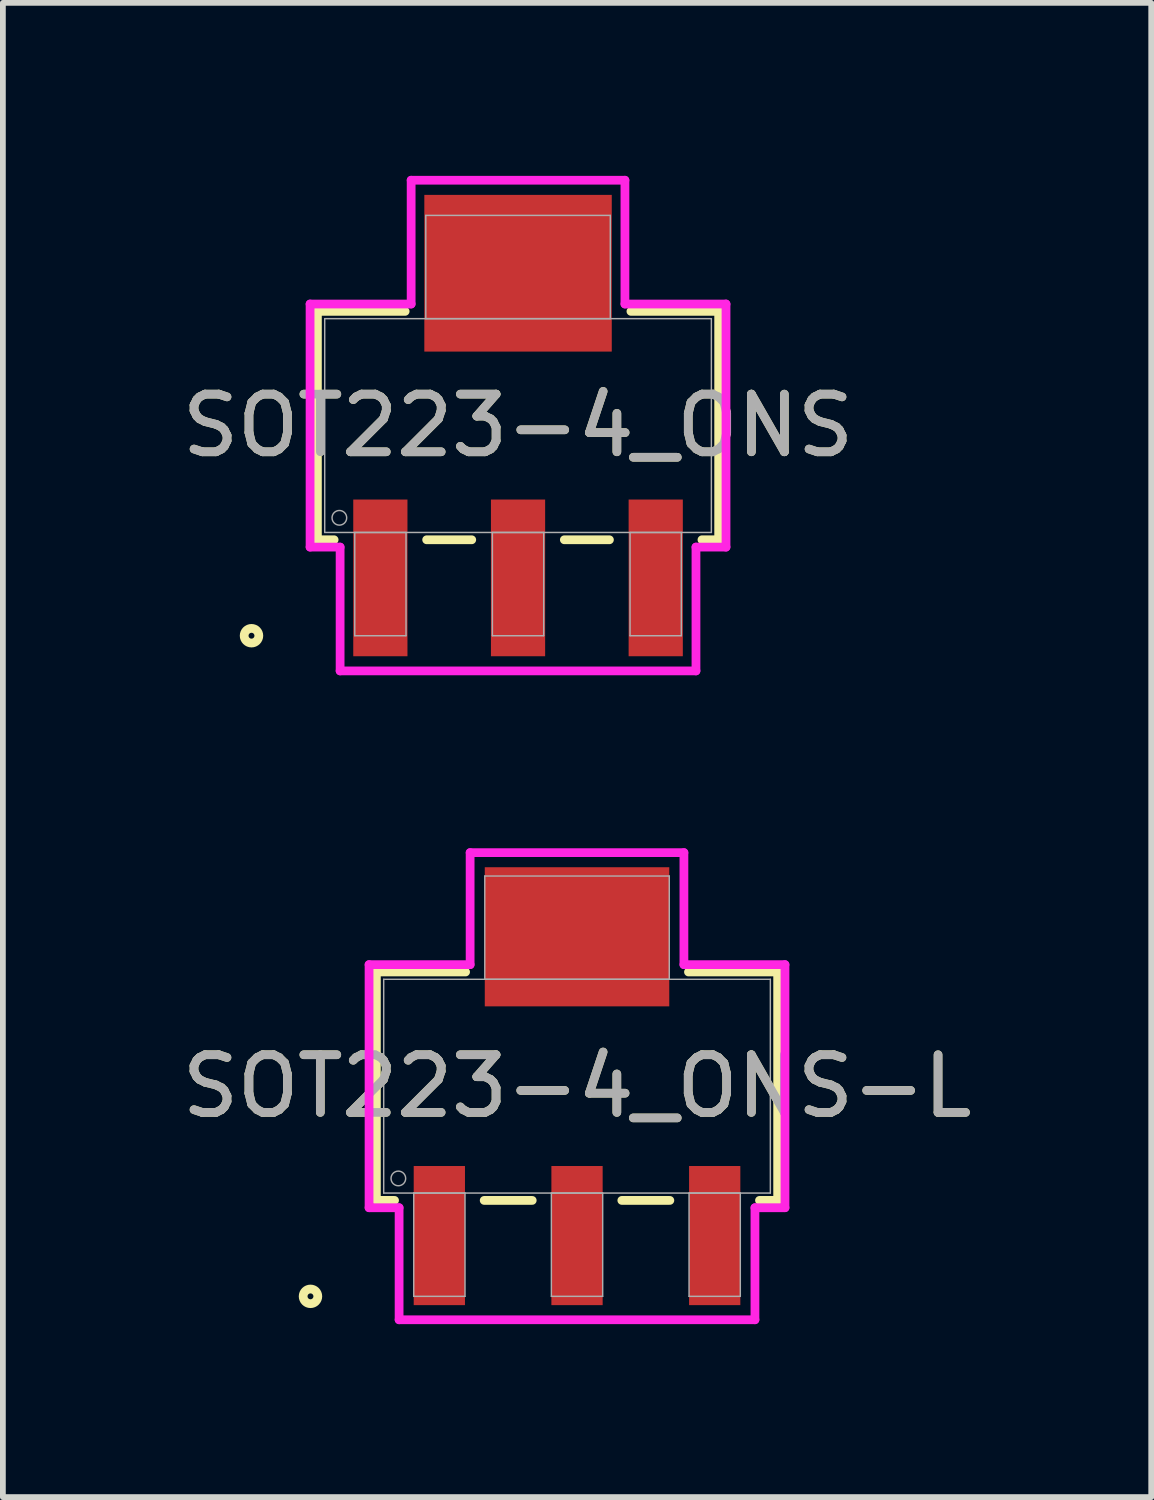
<source format=kicad_pcb>
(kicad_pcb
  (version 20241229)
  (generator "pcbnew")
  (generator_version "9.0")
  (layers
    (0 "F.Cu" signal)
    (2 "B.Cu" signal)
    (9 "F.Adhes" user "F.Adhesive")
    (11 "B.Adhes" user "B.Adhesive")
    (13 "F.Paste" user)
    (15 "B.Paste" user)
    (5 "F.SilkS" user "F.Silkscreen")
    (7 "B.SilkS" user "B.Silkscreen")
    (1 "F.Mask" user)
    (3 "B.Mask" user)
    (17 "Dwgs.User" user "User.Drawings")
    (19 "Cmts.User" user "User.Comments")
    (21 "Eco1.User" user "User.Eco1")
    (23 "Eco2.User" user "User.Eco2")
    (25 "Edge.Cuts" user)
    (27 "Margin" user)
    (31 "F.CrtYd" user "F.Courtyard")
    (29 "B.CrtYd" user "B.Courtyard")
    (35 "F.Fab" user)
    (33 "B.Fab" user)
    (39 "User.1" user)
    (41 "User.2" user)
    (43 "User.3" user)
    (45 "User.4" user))
  (footprint "SOT223-4_ONS-L"
    (layer "F.Cu")
    (at 6.958 15.789)
    (property "Reference" "SOT223-4_ONS-L" (at 0 0 0) (unlocked yes) (layer "F.SilkS") (effects (font (size 1 1) (thickness 0.15))))
    (attr smd)
    (fp_line (start -3.48 -1.981) (end -3.48 1.981) (stroke (width 0.152) (type solid)) (layer "F.SilkS"))
    (fp_line (start -3.48 1.981) (end -3.165 1.981) (stroke (width 0.152) (type solid)) (layer "F.SilkS"))
    (fp_line (start -1.933 -1.981) (end -3.48 -1.981) (stroke (width 0.152) (type solid)) (layer "F.SilkS"))
    (fp_line (start -1.61 1.981) (end -0.777 1.981) (stroke (width 0.152) (type solid)) (layer "F.SilkS"))
    (fp_line (start 0.777 1.981) (end 1.61 1.981) (stroke (width 0.152) (type solid)) (layer "F.SilkS"))
    (fp_line (start 3.165 1.981) (end 3.48 1.981) (stroke (width 0.152) (type solid)) (layer "F.SilkS"))
    (fp_line (start 3.48 -1.981) (end 1.933 -1.981) (stroke (width 0.152) (type solid)) (layer "F.SilkS"))
    (fp_line (start 3.48 1.981) (end 3.48 -1.981) (stroke (width 0.152) (type solid)) (layer "F.SilkS"))
    (fp_circle (center -4.623 3.645) (end -4.496 3.645) (stroke (width 0.152) (type solid)) (fill no) (layer "F.SilkS"))
    (fp_line (start -3.607 -2.108) (end -1.854 -2.108) (stroke (width 0.152) (type solid)) (layer "F.CrtYd"))
    (fp_line (start -3.607 2.108) (end -3.607 -2.108) (stroke (width 0.152) (type solid)) (layer "F.CrtYd"))
    (fp_line (start -3.086 2.108) (end -3.607 2.108) (stroke (width 0.152) (type solid)) (layer "F.CrtYd"))
    (fp_line (start -3.086 4.051) (end -3.086 2.108) (stroke (width 0.152) (type solid)) (layer "F.CrtYd"))
    (fp_line (start -1.854 -4.051) (end 1.854 -4.051) (stroke (width 0.152) (type solid)) (layer "F.CrtYd"))
    (fp_line (start -1.854 -2.108) (end -1.854 -4.051) (stroke (width 0.152) (type solid)) (layer "F.CrtYd"))
    (fp_line (start 1.854 -4.051) (end 1.854 -2.108) (stroke (width 0.152) (type solid)) (layer "F.CrtYd"))
    (fp_line (start 1.854 -2.108) (end 3.607 -2.108) (stroke (width 0.152) (type solid)) (layer "F.CrtYd"))
    (fp_line (start 3.086 2.108) (end 3.086 4.051) (stroke (width 0.152) (type solid)) (layer "F.CrtYd"))
    (fp_line (start 3.086 4.051) (end -3.086 4.051) (stroke (width 0.152) (type solid)) (layer "F.CrtYd"))
    (fp_line (start 3.607 -2.108) (end 3.607 2.108) (stroke (width 0.152) (type solid)) (layer "F.CrtYd"))
    (fp_line (start 3.607 2.108) (end 3.086 2.108) (stroke (width 0.152) (type solid)) (layer "F.CrtYd"))
    (fp_line (start -3.353 -1.854) (end -3.353 1.854) (stroke (width 0.025) (type solid)) (layer "F.Fab"))
    (fp_line (start -3.353 1.854) (end 3.353 1.854) (stroke (width 0.025) (type solid)) (layer "F.Fab"))
    (fp_line (start -2.832 1.854) (end -2.832 3.645) (stroke (width 0.025) (type solid)) (layer "F.Fab"))
    (fp_line (start -2.832 3.645) (end -1.943 3.645) (stroke (width 0.025) (type solid)) (layer "F.Fab"))
    (fp_line (start -1.943 1.854) (end -2.832 1.854) (stroke (width 0.025) (type solid)) (layer "F.Fab"))
    (fp_line (start -1.943 3.645) (end -1.943 1.854) (stroke (width 0.025) (type solid)) (layer "F.Fab"))
    (fp_line (start -1.6 -3.645) (end -1.6 -1.854) (stroke (width 0.025) (type solid)) (layer "F.Fab"))
    (fp_line (start -1.6 -1.854) (end 1.6 -1.854) (stroke (width 0.025) (type solid)) (layer "F.Fab"))
    (fp_line (start -0.445 1.854) (end -0.445 3.645) (stroke (width 0.025) (type solid)) (layer "F.Fab"))
    (fp_line (start -0.445 3.645) (end 0.445 3.645) (stroke (width 0.025) (type solid)) (layer "F.Fab"))
    (fp_line (start 0.445 1.854) (end -0.445 1.854) (stroke (width 0.025) (type solid)) (layer "F.Fab"))
    (fp_line (start 0.445 3.645) (end 0.445 1.854) (stroke (width 0.025) (type solid)) (layer "F.Fab"))
    (fp_line (start 1.6 -3.645) (end -1.6 -3.645) (stroke (width 0.025) (type solid)) (layer "F.Fab"))
    (fp_line (start 1.6 -1.854) (end 1.6 -3.645) (stroke (width 0.025) (type solid)) (layer "F.Fab"))
    (fp_line (start 1.943 1.854) (end 1.943 3.645) (stroke (width 0.025) (type solid)) (layer "F.Fab"))
    (fp_line (start 1.943 3.645) (end 2.832 3.645) (stroke (width 0.025) (type solid)) (layer "F.Fab"))
    (fp_line (start 2.832 1.854) (end 1.943 1.854) (stroke (width 0.025) (type solid)) (layer "F.Fab"))
    (fp_line (start 2.832 3.645) (end 2.832 1.854) (stroke (width 0.025) (type solid)) (layer "F.Fab"))
    (fp_line (start 3.353 -1.854) (end -3.353 -1.854) (stroke (width 0.025) (type solid)) (layer "F.Fab"))
    (fp_line (start 3.353 1.854) (end 3.353 -1.854) (stroke (width 0.025) (type solid)) (layer "F.Fab"))
    (fp_circle (center -3.099 1.6) (end -2.972 1.6) (stroke (width 0.025) (type solid)) (fill no) (layer "F.Fab"))
    (fp_text user "${REFERENCE}" (at 0 0 0) (unlocked yes) (layer "F.Fab") (effects (font (size 1 1) (thickness 0.15))))
    (pad "1" smd rect (at -2.388 2.591) (size 0.889 2.413) (layers "F.Cu" "F.Mask" "F.Paste"))
    (pad "2" smd rect (at 0 2.591) (size 0.889 2.413) (layers "F.Cu" "F.Mask" "F.Paste"))
    (pad "3" smd rect (at 2.388 2.591) (size 0.889 2.413) (layers "F.Cu" "F.Mask" "F.Paste"))
    (pad "4" smd rect (at 0 -2.591) (size 3.2 2.413) (layers "F.Cu" "F.Mask" "F.Paste")))
  (footprint "SOT223-4_ONS"
    (layer "F.Cu")
    (at 5.935 4.331)
    (property "Reference" "SOT223-4_ONS" (at 0 0 0) (unlocked yes) (layer "F.SilkS") (effects (font (size 1 1) (thickness 0.15))))
    (attr smd)
    (fp_line (start -3.48 -1.981) (end -3.48 1.981) (stroke (width 0.152) (type solid)) (layer "F.SilkS"))
    (fp_line (start -3.48 1.981) (end -3.19 1.981) (stroke (width 0.152) (type solid)) (layer "F.SilkS"))
    (fp_line (start -1.958 -1.981) (end -3.48 -1.981) (stroke (width 0.152) (type solid)) (layer "F.SilkS"))
    (fp_line (start -1.585 1.981) (end -0.803 1.981) (stroke (width 0.152) (type solid)) (layer "F.SilkS"))
    (fp_line (start 0.803 1.981) (end 1.585 1.981) (stroke (width 0.152) (type solid)) (layer "F.SilkS"))
    (fp_line (start 3.19 1.981) (end 3.48 1.981) (stroke (width 0.152) (type solid)) (layer "F.SilkS"))
    (fp_line (start 3.48 -1.981) (end 1.958 -1.981) (stroke (width 0.152) (type solid)) (layer "F.SilkS"))
    (fp_line (start 3.48 1.981) (end 3.48 -1.981) (stroke (width 0.152) (type solid)) (layer "F.SilkS"))
    (fp_circle (center -4.623 3.645) (end -4.496 3.645) (stroke (width 0.152) (type solid)) (fill no) (layer "F.SilkS"))
    (fp_line (start -3.607 -2.108) (end -1.854 -2.108) (stroke (width 0.152) (type solid)) (layer "F.CrtYd"))
    (fp_line (start -3.607 2.108) (end -3.607 -2.108) (stroke (width 0.152) (type solid)) (layer "F.CrtYd"))
    (fp_line (start -3.086 2.108) (end -3.607 2.108) (stroke (width 0.152) (type solid)) (layer "F.CrtYd"))
    (fp_line (start -3.086 4.255) (end -3.086 2.108) (stroke (width 0.152) (type solid)) (layer "F.CrtYd"))
    (fp_line (start -1.854 -4.255) (end 1.854 -4.255) (stroke (width 0.152) (type solid)) (layer "F.CrtYd"))
    (fp_line (start -1.854 -2.108) (end -1.854 -4.255) (stroke (width 0.152) (type solid)) (layer "F.CrtYd"))
    (fp_line (start 1.854 -4.255) (end 1.854 -2.108) (stroke (width 0.152) (type solid)) (layer "F.CrtYd"))
    (fp_line (start 1.854 -2.108) (end 3.607 -2.108) (stroke (width 0.152) (type solid)) (layer "F.CrtYd"))
    (fp_line (start 3.086 2.108) (end 3.086 4.255) (stroke (width 0.152) (type solid)) (layer "F.CrtYd"))
    (fp_line (start 3.086 4.255) (end -3.086 4.255) (stroke (width 0.152) (type solid)) (layer "F.CrtYd"))
    (fp_line (start 3.607 -2.108) (end 3.607 2.108) (stroke (width 0.152) (type solid)) (layer "F.CrtYd"))
    (fp_line (start 3.607 2.108) (end 3.086 2.108) (stroke (width 0.152) (type solid)) (layer "F.CrtYd"))
    (fp_line (start -3.353 -1.854) (end -3.353 1.854) (stroke (width 0.025) (type solid)) (layer "F.Fab"))
    (fp_line (start -3.353 1.854) (end 3.353 1.854) (stroke (width 0.025) (type solid)) (layer "F.Fab"))
    (fp_line (start -2.832 1.854) (end -2.832 3.645) (stroke (width 0.025) (type solid)) (layer "F.Fab"))
    (fp_line (start -2.832 3.645) (end -1.943 3.645) (stroke (width 0.025) (type solid)) (layer "F.Fab"))
    (fp_line (start -1.943 1.854) (end -2.832 1.854) (stroke (width 0.025) (type solid)) (layer "F.Fab"))
    (fp_line (start -1.943 3.645) (end -1.943 1.854) (stroke (width 0.025) (type solid)) (layer "F.Fab"))
    (fp_line (start -1.6 -3.645) (end -1.6 -1.854) (stroke (width 0.025) (type solid)) (layer "F.Fab"))
    (fp_line (start -1.6 -1.854) (end 1.6 -1.854) (stroke (width 0.025) (type solid)) (layer "F.Fab"))
    (fp_line (start -0.445 1.854) (end -0.445 3.645) (stroke (width 0.025) (type solid)) (layer "F.Fab"))
    (fp_line (start -0.445 3.645) (end 0.445 3.645) (stroke (width 0.025) (type solid)) (layer "F.Fab"))
    (fp_line (start 0.445 1.854) (end -0.445 1.854) (stroke (width 0.025) (type solid)) (layer "F.Fab"))
    (fp_line (start 0.445 3.645) (end 0.445 1.854) (stroke (width 0.025) (type solid)) (layer "F.Fab"))
    (fp_line (start 1.6 -3.645) (end -1.6 -3.645) (stroke (width 0.025) (type solid)) (layer "F.Fab"))
    (fp_line (start 1.6 -1.854) (end 1.6 -3.645) (stroke (width 0.025) (type solid)) (layer "F.Fab"))
    (fp_line (start 1.943 1.854) (end 1.943 3.645) (stroke (width 0.025) (type solid)) (layer "F.Fab"))
    (fp_line (start 1.943 3.645) (end 2.832 3.645) (stroke (width 0.025) (type solid)) (layer "F.Fab"))
    (fp_line (start 2.832 1.854) (end 1.943 1.854) (stroke (width 0.025) (type solid)) (layer "F.Fab"))
    (fp_line (start 2.832 3.645) (end 2.832 1.854) (stroke (width 0.025) (type solid)) (layer "F.Fab"))
    (fp_line (start 3.353 -1.854) (end -3.353 -1.854) (stroke (width 0.025) (type solid)) (layer "F.Fab"))
    (fp_line (start 3.353 1.854) (end 3.353 -1.854) (stroke (width 0.025) (type solid)) (layer "F.Fab"))
    (fp_circle (center -3.099 1.6) (end -2.972 1.6) (stroke (width 0.025) (type solid)) (fill no) (layer "F.Fab"))
    (fp_text user "${REFERENCE}" (at 0 0 0) (unlocked yes) (layer "F.Fab") (effects (font (size 1 1) (thickness 0.15))))
    (pad "1" smd rect (at -2.388 2.642) (size 0.94 2.718) (layers "F.Cu" "F.Mask" "F.Paste"))
    (pad "2" smd rect (at 0 2.642) (size 0.94 2.718) (layers "F.Cu" "F.Mask" "F.Paste"))
    (pad "3" smd rect (at 2.388 2.642) (size 0.94 2.718) (layers "F.Cu" "F.Mask" "F.Paste"))
    (pad "4" smd rect (at 0 -2.642) (size 3.251 2.718) (layers "F.Cu" "F.Mask" "F.Paste")))
  (gr_rect
    (start -3 -3)
    (end 16.917 22.916)
    (stroke (width 0.1) (type default))
    (fill no)
    (layer "Edge.Cuts")))
</source>
